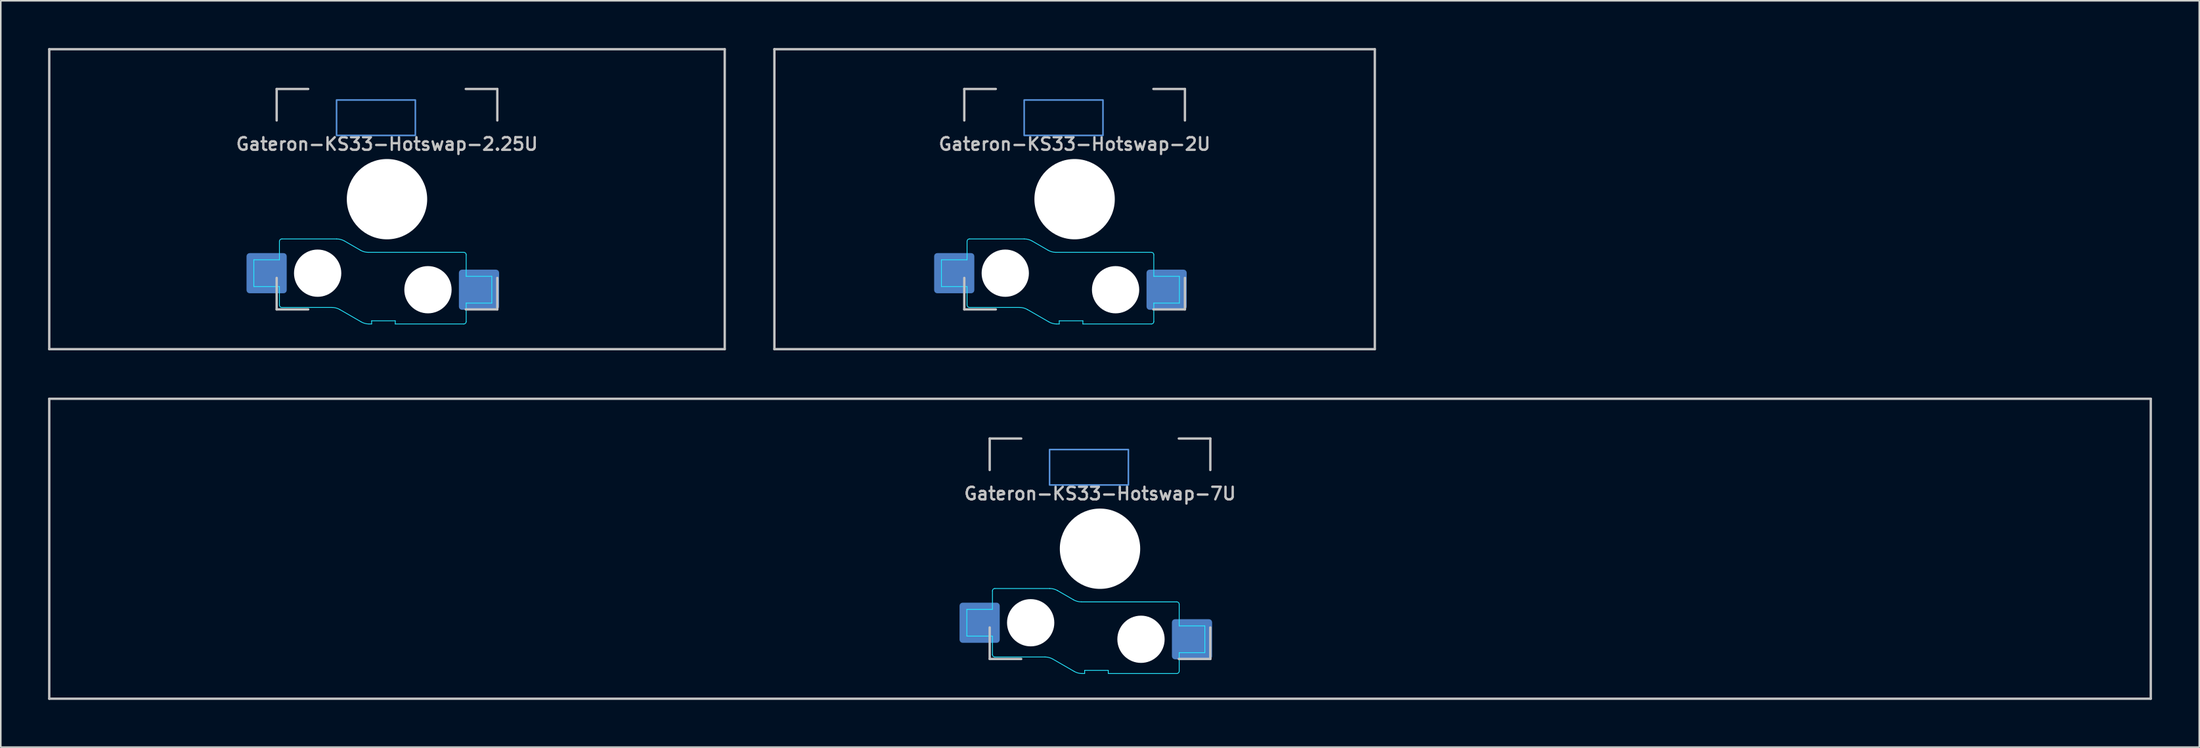
<source format=kicad_pcb>
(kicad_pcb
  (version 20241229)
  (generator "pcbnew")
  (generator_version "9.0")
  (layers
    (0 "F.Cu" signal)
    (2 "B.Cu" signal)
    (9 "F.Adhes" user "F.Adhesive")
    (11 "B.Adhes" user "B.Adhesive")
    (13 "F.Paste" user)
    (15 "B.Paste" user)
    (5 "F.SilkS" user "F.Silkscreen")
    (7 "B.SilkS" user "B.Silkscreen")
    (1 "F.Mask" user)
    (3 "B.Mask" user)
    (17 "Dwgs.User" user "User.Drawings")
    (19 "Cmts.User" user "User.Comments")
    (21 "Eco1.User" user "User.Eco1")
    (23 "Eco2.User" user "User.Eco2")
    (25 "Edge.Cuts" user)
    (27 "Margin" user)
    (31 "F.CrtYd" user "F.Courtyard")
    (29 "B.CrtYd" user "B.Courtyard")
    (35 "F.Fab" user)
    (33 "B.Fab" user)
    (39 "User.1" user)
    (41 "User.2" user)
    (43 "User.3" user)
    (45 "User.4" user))
  (footprint "Gateron-KS33-Hotswap-7U"
    (layer "F.Cu")
    (at 66.75 31.8)
    (property "Reference" "Gateron-KS33-Hotswap-7U" (at 0 -3.5 0) (layer "Dwgs.User") (effects (font (size 0.8 0.8) (thickness 0.15))))
    (attr smd)
    (fp_line (start -66.675 9.525) (end -66.675 -9.525) (stroke (width 0.15) (type solid)) (layer "Dwgs.User"))
    (fp_line (start -7 -7) (end -7 -5) (stroke (width 0.15) (type solid)) (layer "Dwgs.User"))
    (fp_line (start -7 5) (end -7 7) (stroke (width 0.15) (type solid)) (layer "Dwgs.User"))
    (fp_line (start -7 7) (end -5 7) (stroke (width 0.15) (type solid)) (layer "Dwgs.User"))
    (fp_line (start -5 -7) (end -7 -7) (stroke (width 0.15) (type solid)) (layer "Dwgs.User"))
    (fp_line (start 5 -7) (end 7 -7) (stroke (width 0.15) (type solid)) (layer "Dwgs.User"))
    (fp_line (start 5 7) (end 7 7) (stroke (width 0.15) (type solid)) (layer "Dwgs.User"))
    (fp_line (start 7 -7) (end 7 -5) (stroke (width 0.15) (type solid)) (layer "Dwgs.User"))
    (fp_line (start 7 7) (end 7 5) (stroke (width 0.15) (type solid)) (layer "Dwgs.User"))
    (fp_line (start 66.675 -9.525) (end -66.675 -9.525) (stroke (width 0.15) (type solid)) (layer "Dwgs.User"))
    (fp_line (start 66.675 9.525) (end -66.675 9.525) (stroke (width 0.15) (type solid)) (layer "Dwgs.User"))
    (fp_line (start 66.675 9.525) (end 66.675 -9.525) (stroke (width 0.15) (type solid)) (layer "Dwgs.User"))
    (fp_rect (start -3.2 -6.3) (end 1.8 -4.05) (stroke (width 0.1) (type default)) (fill no) (layer "Cmts.User"))
    (fp_line (start -8.45 3.85) (end -8.45 5.55) (stroke (width 0.05) (type solid)) (layer "B.CrtYd"))
    (fp_line (start -8.45 5.55) (end -6.825 5.55) (stroke (width 0.05) (type solid)) (layer "B.CrtYd"))
    (fp_line (start -6.825 2.675) (end -6.825 3.85) (stroke (width 0.05) (type solid)) (layer "B.CrtYd"))
    (fp_line (start -6.825 3.85) (end -8.45 3.85) (stroke (width 0.05) (type solid)) (layer "B.CrtYd"))
    (fp_line (start -6.825 5.55) (end -6.825 6.725) (stroke (width 0.05) (type solid)) (layer "B.CrtYd"))
    (fp_line (start -6.675 6.875) (end -3.493 6.875) (stroke (width 0.05) (type solid)) (layer "B.CrtYd"))
    (fp_line (start -3.193 2.525) (end -6.675 2.525) (stroke (width 0.05) (type solid)) (layer "B.CrtYd"))
    (fp_line (start -2.993 7.009) (end -1.638 7.791) (stroke (width 0.05) (type solid)) (layer "B.CrtYd"))
    (fp_line (start -1.685 3.241) (end -2.693 2.659) (stroke (width 0.05) (type solid)) (layer "B.CrtYd"))
    (fp_line (start -1.138 7.925) (end -0.975 7.925) (stroke (width 0.05) (type solid)) (layer "B.CrtYd"))
    (fp_line (start -0.975 7.725) (end 0.525 7.725) (stroke (width 0.05) (type solid)) (layer "B.CrtYd"))
    (fp_line (start -0.975 7.925) (end -0.975 7.725) (stroke (width 0.05) (type solid)) (layer "B.CrtYd"))
    (fp_line (start 0.525 7.725) (end 0.525 7.925) (stroke (width 0.05) (type solid)) (layer "B.CrtYd"))
    (fp_line (start 0.525 7.925) (end 4.875 7.925) (stroke (width 0.05) (type solid)) (layer "B.CrtYd"))
    (fp_line (start 4.875 3.375) (end -1.185 3.375) (stroke (width 0.05) (type solid)) (layer "B.CrtYd"))
    (fp_line (start 5.025 4.9) (end 5.025 3.525) (stroke (width 0.05) (type solid)) (layer "B.CrtYd"))
    (fp_line (start 5.025 6.6) (end 6.65 6.6) (stroke (width 0.05) (type solid)) (layer "B.CrtYd"))
    (fp_line (start 5.025 7.775) (end 5.025 6.6) (stroke (width 0.05) (type solid)) (layer "B.CrtYd"))
    (fp_line (start 6.65 4.9) (end 5.025 4.9) (stroke (width 0.05) (type solid)) (layer "B.CrtYd"))
    (fp_line (start 6.65 6.6) (end 6.65 4.9) (stroke (width 0.05) (type solid)) (layer "B.CrtYd"))
    (fp_arc (start -6.825 2.675) (mid -6.781066 2.568934) (end -6.675 2.525) (stroke (width 0.05) (type solid)) (layer "B.CrtYd"))
    (fp_arc (start -6.675 6.875) (mid -6.781066 6.831066) (end -6.825 6.725) (stroke (width 0.05) (type solid)) (layer "B.CrtYd"))
    (fp_arc (start -3.492949 6.875) (mid -3.23413 6.909074) (end -2.992949 7.008975) (stroke (width 0.05) (type solid)) (layer "B.CrtYd"))
    (fp_arc (start -3.192949 2.525) (mid -2.93413 2.559074) (end -2.692949 2.658975) (stroke (width 0.05) (type solid)) (layer "B.CrtYd"))
    (fp_arc (start -1.184808 3.375) (mid -1.443627 3.340926) (end -1.684808 3.241025) (stroke (width 0.05) (type solid)) (layer "B.CrtYd"))
    (fp_arc (start -1.138397 7.925) (mid -1.397216 7.890926) (end -1.638397 7.791025) (stroke (width 0.05) (type solid)) (layer "B.CrtYd"))
    (fp_arc (start 4.875 3.375) (mid 4.981066 3.418934) (end 5.025 3.525) (stroke (width 0.05) (type solid)) (layer "B.CrtYd"))
    (fp_arc (start 5.025 7.775) (mid 4.981066 7.881066) (end 4.875 7.925) (stroke (width 0.05) (type solid)) (layer "B.CrtYd"))
    (pad "" np_thru_hole circle (at -4.4 4.7 180) (size 3 3) (drill 3) (layers "*.Cu" "*.Mask"))
    (pad "" np_thru_hole circle (at 0 0 180) (size 5.1 5.1) (drill 5.1) (layers "*.Cu" "*.Mask"))
    (pad "" np_thru_hole circle (at 2.6 5.75 180) (size 3 3) (drill 3) (layers "*.Cu" "*.Mask"))
    (pad "1" smd roundrect (at -7.638 4.7 180) (size 2.55 2.55) (layers "B.Cu" "B.Mask" "B.Paste") (roundrect_rratio 0.078))
    (pad "2" smd roundrect (at 5.838 5.75 180) (size 2.55 2.55) (layers "B.Cu" "B.Mask" "B.Paste") (roundrect_rratio 0.078)))
  (footprint "Gateron-KS33-Hotswap-2.25U"
    (layer "F.Cu")
    (at 21.506 9.6)
    (property "Reference" "Gateron-KS33-Hotswap-2.25U" (at 0 -3.5 0) (layer "Dwgs.User") (effects (font (size 0.8 0.8) (thickness 0.15))))
    (attr smd)
    (fp_line (start -21.431 9.525) (end -21.431 -9.525) (stroke (width 0.15) (type solid)) (layer "Dwgs.User"))
    (fp_line (start -7 -7) (end -7 -5) (stroke (width 0.15) (type solid)) (layer "Dwgs.User"))
    (fp_line (start -7 5) (end -7 7) (stroke (width 0.15) (type solid)) (layer "Dwgs.User"))
    (fp_line (start -7 7) (end -5 7) (stroke (width 0.15) (type solid)) (layer "Dwgs.User"))
    (fp_line (start -5 -7) (end -7 -7) (stroke (width 0.15) (type solid)) (layer "Dwgs.User"))
    (fp_line (start 5 -7) (end 7 -7) (stroke (width 0.15) (type solid)) (layer "Dwgs.User"))
    (fp_line (start 5 7) (end 7 7) (stroke (width 0.15) (type solid)) (layer "Dwgs.User"))
    (fp_line (start 7 -7) (end 7 -5) (stroke (width 0.15) (type solid)) (layer "Dwgs.User"))
    (fp_line (start 7 7) (end 7 5) (stroke (width 0.15) (type solid)) (layer "Dwgs.User"))
    (fp_line (start 21.431 -9.525) (end -21.431 -9.525) (stroke (width 0.15) (type solid)) (layer "Dwgs.User"))
    (fp_line (start 21.431 9.525) (end -21.431 9.525) (stroke (width 0.15) (type solid)) (layer "Dwgs.User"))
    (fp_line (start 21.431 9.525) (end 21.431 -9.525) (stroke (width 0.15) (type solid)) (layer "Dwgs.User"))
    (fp_rect (start -3.2 -6.3) (end 1.8 -4.05) (stroke (width 0.1) (type default)) (fill no) (layer "Cmts.User"))
    (fp_line (start -8.45 3.85) (end -8.45 5.55) (stroke (width 0.05) (type solid)) (layer "B.CrtYd"))
    (fp_line (start -8.45 5.55) (end -6.825 5.55) (stroke (width 0.05) (type solid)) (layer "B.CrtYd"))
    (fp_line (start -6.825 2.675) (end -6.825 3.85) (stroke (width 0.05) (type solid)) (layer "B.CrtYd"))
    (fp_line (start -6.825 3.85) (end -8.45 3.85) (stroke (width 0.05) (type solid)) (layer "B.CrtYd"))
    (fp_line (start -6.825 5.55) (end -6.825 6.725) (stroke (width 0.05) (type solid)) (layer "B.CrtYd"))
    (fp_line (start -6.675 6.875) (end -3.493 6.875) (stroke (width 0.05) (type solid)) (layer "B.CrtYd"))
    (fp_line (start -3.193 2.525) (end -6.675 2.525) (stroke (width 0.05) (type solid)) (layer "B.CrtYd"))
    (fp_line (start -2.993 7.009) (end -1.638 7.791) (stroke (width 0.05) (type solid)) (layer "B.CrtYd"))
    (fp_line (start -1.685 3.241) (end -2.693 2.659) (stroke (width 0.05) (type solid)) (layer "B.CrtYd"))
    (fp_line (start -1.138 7.925) (end -0.975 7.925) (stroke (width 0.05) (type solid)) (layer "B.CrtYd"))
    (fp_line (start -0.975 7.725) (end 0.525 7.725) (stroke (width 0.05) (type solid)) (layer "B.CrtYd"))
    (fp_line (start -0.975 7.925) (end -0.975 7.725) (stroke (width 0.05) (type solid)) (layer "B.CrtYd"))
    (fp_line (start 0.525 7.725) (end 0.525 7.925) (stroke (width 0.05) (type solid)) (layer "B.CrtYd"))
    (fp_line (start 0.525 7.925) (end 4.875 7.925) (stroke (width 0.05) (type solid)) (layer "B.CrtYd"))
    (fp_line (start 4.875 3.375) (end -1.185 3.375) (stroke (width 0.05) (type solid)) (layer "B.CrtYd"))
    (fp_line (start 5.025 4.9) (end 5.025 3.525) (stroke (width 0.05) (type solid)) (layer "B.CrtYd"))
    (fp_line (start 5.025 6.6) (end 6.65 6.6) (stroke (width 0.05) (type solid)) (layer "B.CrtYd"))
    (fp_line (start 5.025 7.775) (end 5.025 6.6) (stroke (width 0.05) (type solid)) (layer "B.CrtYd"))
    (fp_line (start 6.65 4.9) (end 5.025 4.9) (stroke (width 0.05) (type solid)) (layer "B.CrtYd"))
    (fp_line (start 6.65 6.6) (end 6.65 4.9) (stroke (width 0.05) (type solid)) (layer "B.CrtYd"))
    (fp_arc (start -6.825 2.675) (mid -6.781066 2.568934) (end -6.675 2.525) (stroke (width 0.05) (type solid)) (layer "B.CrtYd"))
    (fp_arc (start -6.675 6.875) (mid -6.781066 6.831066) (end -6.825 6.725) (stroke (width 0.05) (type solid)) (layer "B.CrtYd"))
    (fp_arc (start -3.492949 6.875) (mid -3.23413 6.909074) (end -2.992949 7.008975) (stroke (width 0.05) (type solid)) (layer "B.CrtYd"))
    (fp_arc (start -3.192949 2.525) (mid -2.93413 2.559074) (end -2.692949 2.658975) (stroke (width 0.05) (type solid)) (layer "B.CrtYd"))
    (fp_arc (start -1.184808 3.375) (mid -1.443627 3.340926) (end -1.684808 3.241025) (stroke (width 0.05) (type solid)) (layer "B.CrtYd"))
    (fp_arc (start -1.138397 7.925) (mid -1.397216 7.890926) (end -1.638397 7.791025) (stroke (width 0.05) (type solid)) (layer "B.CrtYd"))
    (fp_arc (start 4.875 3.375) (mid 4.981066 3.418934) (end 5.025 3.525) (stroke (width 0.05) (type solid)) (layer "B.CrtYd"))
    (fp_arc (start 5.025 7.775) (mid 4.981066 7.881066) (end 4.875 7.925) (stroke (width 0.05) (type solid)) (layer "B.CrtYd"))
    (pad "" np_thru_hole circle (at -4.4 4.7 180) (size 3 3) (drill 3) (layers "*.Cu" "*.Mask"))
    (pad "" np_thru_hole circle (at 0 0 180) (size 5.1 5.1) (drill 5.1) (layers "*.Cu" "*.Mask"))
    (pad "" np_thru_hole circle (at 2.6 5.75 180) (size 3 3) (drill 3) (layers "*.Cu" "*.Mask"))
    (pad "1" smd roundrect (at -7.638 4.7 180) (size 2.55 2.55) (layers "B.Cu" "B.Mask" "B.Paste") (roundrect_rratio 0.078))
    (pad "2" smd roundrect (at 5.838 5.75 180) (size 2.55 2.55) (layers "B.Cu" "B.Mask" "B.Paste") (roundrect_rratio 0.078)))
  (footprint "Gateron-KS33-Hotswap-2U"
    (layer "F.Cu")
    (at 65.138 9.6)
    (property "Reference" "Gateron-KS33-Hotswap-2U" (at 0 -3.5 0) (layer "Dwgs.User") (effects (font (size 0.8 0.8) (thickness 0.15))))
    (attr smd)
    (fp_line (start -19.05 9.525) (end -19.05 -9.525) (stroke (width 0.15) (type solid)) (layer "Dwgs.User"))
    (fp_line (start -7 -7) (end -7 -5) (stroke (width 0.15) (type solid)) (layer "Dwgs.User"))
    (fp_line (start -7 5) (end -7 7) (stroke (width 0.15) (type solid)) (layer "Dwgs.User"))
    (fp_line (start -7 7) (end -5 7) (stroke (width 0.15) (type solid)) (layer "Dwgs.User"))
    (fp_line (start -5 -7) (end -7 -7) (stroke (width 0.15) (type solid)) (layer "Dwgs.User"))
    (fp_line (start 5 -7) (end 7 -7) (stroke (width 0.15) (type solid)) (layer "Dwgs.User"))
    (fp_line (start 5 7) (end 7 7) (stroke (width 0.15) (type solid)) (layer "Dwgs.User"))
    (fp_line (start 7 -7) (end 7 -5) (stroke (width 0.15) (type solid)) (layer "Dwgs.User"))
    (fp_line (start 7 7) (end 7 5) (stroke (width 0.15) (type solid)) (layer "Dwgs.User"))
    (fp_line (start 19.05 -9.525) (end -19.05 -9.525) (stroke (width 0.15) (type solid)) (layer "Dwgs.User"))
    (fp_line (start 19.05 9.525) (end -19.05 9.525) (stroke (width 0.15) (type solid)) (layer "Dwgs.User"))
    (fp_line (start 19.05 9.525) (end 19.05 -9.525) (stroke (width 0.15) (type solid)) (layer "Dwgs.User"))
    (fp_rect (start -3.2 -6.3) (end 1.8 -4.05) (stroke (width 0.1) (type default)) (fill no) (layer "Cmts.User"))
    (fp_line (start -8.45 3.85) (end -8.45 5.55) (stroke (width 0.05) (type solid)) (layer "B.CrtYd"))
    (fp_line (start -8.45 5.55) (end -6.825 5.55) (stroke (width 0.05) (type solid)) (layer "B.CrtYd"))
    (fp_line (start -6.825 2.675) (end -6.825 3.85) (stroke (width 0.05) (type solid)) (layer "B.CrtYd"))
    (fp_line (start -6.825 3.85) (end -8.45 3.85) (stroke (width 0.05) (type solid)) (layer "B.CrtYd"))
    (fp_line (start -6.825 5.55) (end -6.825 6.725) (stroke (width 0.05) (type solid)) (layer "B.CrtYd"))
    (fp_line (start -6.675 6.875) (end -3.493 6.875) (stroke (width 0.05) (type solid)) (layer "B.CrtYd"))
    (fp_line (start -3.193 2.525) (end -6.675 2.525) (stroke (width 0.05) (type solid)) (layer "B.CrtYd"))
    (fp_line (start -2.993 7.009) (end -1.638 7.791) (stroke (width 0.05) (type solid)) (layer "B.CrtYd"))
    (fp_line (start -1.685 3.241) (end -2.693 2.659) (stroke (width 0.05) (type solid)) (layer "B.CrtYd"))
    (fp_line (start -1.138 7.925) (end -0.975 7.925) (stroke (width 0.05) (type solid)) (layer "B.CrtYd"))
    (fp_line (start -0.975 7.725) (end 0.525 7.725) (stroke (width 0.05) (type solid)) (layer "B.CrtYd"))
    (fp_line (start -0.975 7.925) (end -0.975 7.725) (stroke (width 0.05) (type solid)) (layer "B.CrtYd"))
    (fp_line (start 0.525 7.725) (end 0.525 7.925) (stroke (width 0.05) (type solid)) (layer "B.CrtYd"))
    (fp_line (start 0.525 7.925) (end 4.875 7.925) (stroke (width 0.05) (type solid)) (layer "B.CrtYd"))
    (fp_line (start 4.875 3.375) (end -1.185 3.375) (stroke (width 0.05) (type solid)) (layer "B.CrtYd"))
    (fp_line (start 5.025 4.9) (end 5.025 3.525) (stroke (width 0.05) (type solid)) (layer "B.CrtYd"))
    (fp_line (start 5.025 6.6) (end 6.65 6.6) (stroke (width 0.05) (type solid)) (layer "B.CrtYd"))
    (fp_line (start 5.025 7.775) (end 5.025 6.6) (stroke (width 0.05) (type solid)) (layer "B.CrtYd"))
    (fp_line (start 6.65 4.9) (end 5.025 4.9) (stroke (width 0.05) (type solid)) (layer "B.CrtYd"))
    (fp_line (start 6.65 6.6) (end 6.65 4.9) (stroke (width 0.05) (type solid)) (layer "B.CrtYd"))
    (fp_arc (start -6.825 2.675) (mid -6.781066 2.568934) (end -6.675 2.525) (stroke (width 0.05) (type solid)) (layer "B.CrtYd"))
    (fp_arc (start -6.675 6.875) (mid -6.781066 6.831066) (end -6.825 6.725) (stroke (width 0.05) (type solid)) (layer "B.CrtYd"))
    (fp_arc (start -3.492949 6.875) (mid -3.23413 6.909074) (end -2.992949 7.008975) (stroke (width 0.05) (type solid)) (layer "B.CrtYd"))
    (fp_arc (start -3.192949 2.525) (mid -2.93413 2.559074) (end -2.692949 2.658975) (stroke (width 0.05) (type solid)) (layer "B.CrtYd"))
    (fp_arc (start -1.184808 3.375) (mid -1.443627 3.340926) (end -1.684808 3.241025) (stroke (width 0.05) (type solid)) (layer "B.CrtYd"))
    (fp_arc (start -1.138397 7.925) (mid -1.397216 7.890926) (end -1.638397 7.791025) (stroke (width 0.05) (type solid)) (layer "B.CrtYd"))
    (fp_arc (start 4.875 3.375) (mid 4.981066 3.418934) (end 5.025 3.525) (stroke (width 0.05) (type solid)) (layer "B.CrtYd"))
    (fp_arc (start 5.025 7.775) (mid 4.981066 7.881066) (end 4.875 7.925) (stroke (width 0.05) (type solid)) (layer "B.CrtYd"))
    (pad "" np_thru_hole circle (at -4.4 4.7 180) (size 3 3) (drill 3) (layers "*.Cu" "*.Mask"))
    (pad "" np_thru_hole circle (at 0 0 180) (size 5.1 5.1) (drill 5.1) (layers "*.Cu" "*.Mask"))
    (pad "" np_thru_hole circle (at 2.6 5.75 180) (size 3 3) (drill 3) (layers "*.Cu" "*.Mask"))
    (pad "1" smd roundrect (at -7.638 4.7 180) (size 2.55 2.55) (layers "B.Cu" "B.Mask" "B.Paste") (roundrect_rratio 0.078))
    (pad "2" smd roundrect (at 5.838 5.75 180) (size 2.55 2.55) (layers "B.Cu" "B.Mask" "B.Paste") (roundrect_rratio 0.078)))
  (gr_rect
    (start -3 -3)
    (end 136.5 44.4)
    (stroke (width 0.1) (type default))
    (fill no)
    (layer "Edge.Cuts")))
</source>
